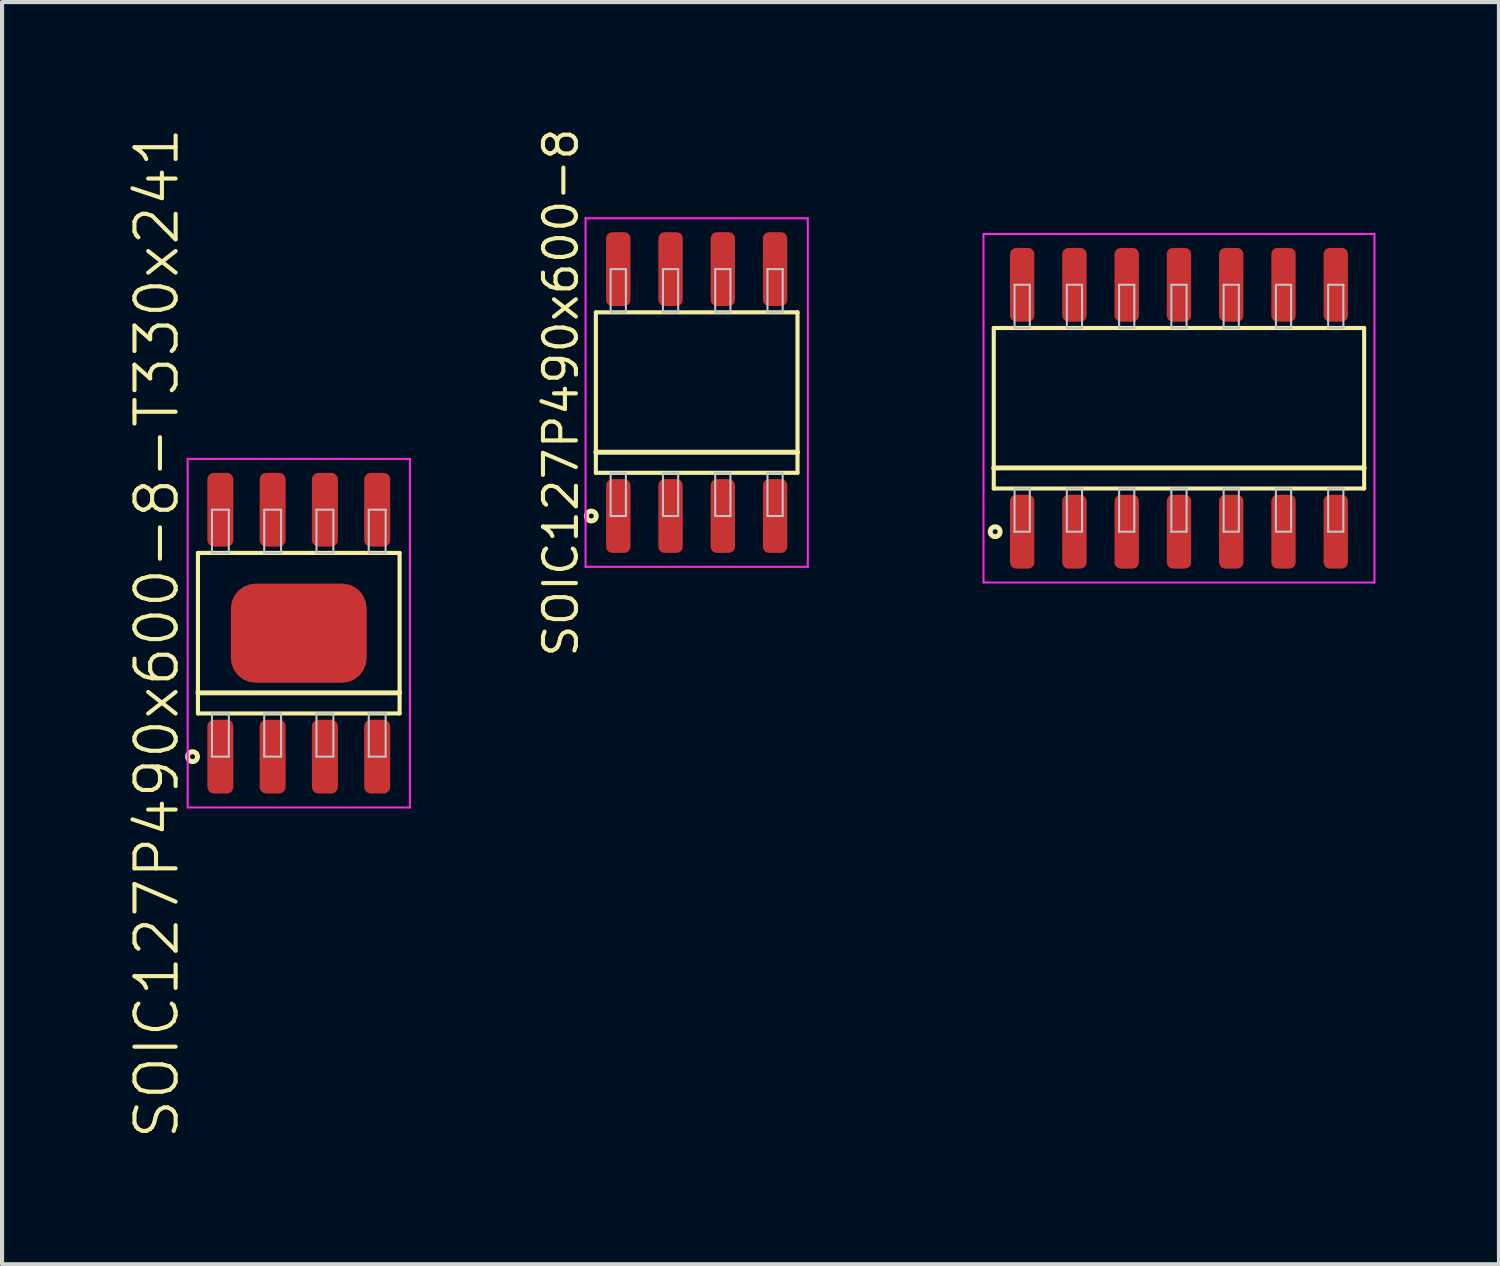
<source format=kicad_pcb>
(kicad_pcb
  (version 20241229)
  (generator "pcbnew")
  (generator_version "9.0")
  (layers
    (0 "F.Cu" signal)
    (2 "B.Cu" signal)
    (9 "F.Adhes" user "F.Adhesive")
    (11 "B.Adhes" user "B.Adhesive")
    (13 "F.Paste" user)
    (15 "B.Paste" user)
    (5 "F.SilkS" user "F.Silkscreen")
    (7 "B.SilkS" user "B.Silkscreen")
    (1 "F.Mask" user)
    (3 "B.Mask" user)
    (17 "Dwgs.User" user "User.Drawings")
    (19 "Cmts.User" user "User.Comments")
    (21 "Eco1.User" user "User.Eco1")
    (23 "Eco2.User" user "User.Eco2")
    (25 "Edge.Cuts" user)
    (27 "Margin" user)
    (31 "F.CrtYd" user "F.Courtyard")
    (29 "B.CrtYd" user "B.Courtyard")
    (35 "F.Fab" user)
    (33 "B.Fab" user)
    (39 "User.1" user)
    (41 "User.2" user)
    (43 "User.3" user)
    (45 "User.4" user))
  (footprint "SOIC127P900x600-14"
    (layer "F.Cu")
    (at 25.598 6.87)
    (property "Reference" "SOIC127P900x600-14" (at -5.35 0 90) (layer "User.1") (effects (font (size 0.8 0.8) (thickness 0.1))))
    (attr through_hole)
    (fp_line (start -4.5 -1.95) (end -4.5 1.95) (stroke (width 0.1) (type solid)) (layer "F.SilkS"))
    (fp_line (start -4.5 1.45) (end 4.5 1.45) (stroke (width 0.12) (type solid)) (layer "F.SilkS"))
    (fp_line (start -4.5 1.95) (end 4.5 1.95) (stroke (width 0.1) (type solid)) (layer "F.SilkS"))
    (fp_line (start 4.5 -1.95) (end -4.5 -1.95) (stroke (width 0.1) (type solid)) (layer "F.SilkS"))
    (fp_line (start 4.5 1.95) (end 4.5 -1.95) (stroke (width 0.1) (type solid)) (layer "F.SilkS"))
    (fp_circle (center -4.466 3) (end -4.346 3) (stroke (width 0.12) (type solid)) (fill no) (layer "F.SilkS"))
    (fp_line (start -3.995 -3) (end -3.995 -1.95) (stroke (width 0.05) (type solid)) (layer "Dwgs.User"))
    (fp_line (start -3.995 -1.95) (end -3.625 -1.95) (stroke (width 0.05) (type solid)) (layer "Dwgs.User"))
    (fp_line (start -3.995 1.95) (end -3.625 1.95) (stroke (width 0.05) (type solid)) (layer "Dwgs.User"))
    (fp_line (start -3.995 3) (end -3.995 1.95) (stroke (width 0.05) (type solid)) (layer "Dwgs.User"))
    (fp_line (start -3.625 -3) (end -3.995 -3) (stroke (width 0.05) (type solid)) (layer "Dwgs.User"))
    (fp_line (start -3.625 -1.95) (end -3.625 -3) (stroke (width 0.05) (type solid)) (layer "Dwgs.User"))
    (fp_line (start -3.625 1.95) (end -3.625 3) (stroke (width 0.05) (type solid)) (layer "Dwgs.User"))
    (fp_line (start -3.625 3) (end -3.995 3) (stroke (width 0.05) (type solid)) (layer "Dwgs.User"))
    (fp_line (start -2.725 -3) (end -2.725 -1.95) (stroke (width 0.05) (type solid)) (layer "Dwgs.User"))
    (fp_line (start -2.725 -1.95) (end -2.355 -1.95) (stroke (width 0.05) (type solid)) (layer "Dwgs.User"))
    (fp_line (start -2.725 1.95) (end -2.355 1.95) (stroke (width 0.05) (type solid)) (layer "Dwgs.User"))
    (fp_line (start -2.725 3) (end -2.725 1.95) (stroke (width 0.05) (type solid)) (layer "Dwgs.User"))
    (fp_line (start -2.355 -3) (end -2.725 -3) (stroke (width 0.05) (type solid)) (layer "Dwgs.User"))
    (fp_line (start -2.355 -1.95) (end -2.355 -3) (stroke (width 0.05) (type solid)) (layer "Dwgs.User"))
    (fp_line (start -2.355 1.95) (end -2.355 3) (stroke (width 0.05) (type solid)) (layer "Dwgs.User"))
    (fp_line (start -2.355 3) (end -2.725 3) (stroke (width 0.05) (type solid)) (layer "Dwgs.User"))
    (fp_line (start -1.455 -3) (end -1.455 -1.95) (stroke (width 0.05) (type solid)) (layer "Dwgs.User"))
    (fp_line (start -1.455 -1.95) (end -1.085 -1.95) (stroke (width 0.05) (type solid)) (layer "Dwgs.User"))
    (fp_line (start -1.455 1.95) (end -1.085 1.95) (stroke (width 0.05) (type solid)) (layer "Dwgs.User"))
    (fp_line (start -1.455 3) (end -1.455 1.95) (stroke (width 0.05) (type solid)) (layer "Dwgs.User"))
    (fp_line (start -1.085 -3) (end -1.455 -3) (stroke (width 0.05) (type solid)) (layer "Dwgs.User"))
    (fp_line (start -1.085 -1.95) (end -1.085 -3) (stroke (width 0.05) (type solid)) (layer "Dwgs.User"))
    (fp_line (start -1.085 1.95) (end -1.085 3) (stroke (width 0.05) (type solid)) (layer "Dwgs.User"))
    (fp_line (start -1.085 3) (end -1.455 3) (stroke (width 0.05) (type solid)) (layer "Dwgs.User"))
    (fp_line (start -0.185 -3) (end -0.185 -1.95) (stroke (width 0.05) (type solid)) (layer "Dwgs.User"))
    (fp_line (start -0.185 -1.95) (end 0.185 -1.95) (stroke (width 0.05) (type solid)) (layer "Dwgs.User"))
    (fp_line (start -0.185 1.95) (end 0.185 1.95) (stroke (width 0.05) (type solid)) (layer "Dwgs.User"))
    (fp_line (start -0.185 3) (end -0.185 1.95) (stroke (width 0.05) (type solid)) (layer "Dwgs.User"))
    (fp_line (start 0.185 -3) (end -0.185 -3) (stroke (width 0.05) (type solid)) (layer "Dwgs.User"))
    (fp_line (start 0.185 -1.95) (end 0.185 -3) (stroke (width 0.05) (type solid)) (layer "Dwgs.User"))
    (fp_line (start 0.185 1.95) (end 0.185 3) (stroke (width 0.05) (type solid)) (layer "Dwgs.User"))
    (fp_line (start 0.185 3) (end -0.185 3) (stroke (width 0.05) (type solid)) (layer "Dwgs.User"))
    (fp_line (start 1.085 -3) (end 1.085 -1.95) (stroke (width 0.05) (type solid)) (layer "Dwgs.User"))
    (fp_line (start 1.085 -1.95) (end 1.455 -1.95) (stroke (width 0.05) (type solid)) (layer "Dwgs.User"))
    (fp_line (start 1.085 1.95) (end 1.455 1.95) (stroke (width 0.05) (type solid)) (layer "Dwgs.User"))
    (fp_line (start 1.085 3) (end 1.085 1.95) (stroke (width 0.05) (type solid)) (layer "Dwgs.User"))
    (fp_line (start 1.455 -3) (end 1.085 -3) (stroke (width 0.05) (type solid)) (layer "Dwgs.User"))
    (fp_line (start 1.455 -1.95) (end 1.455 -3) (stroke (width 0.05) (type solid)) (layer "Dwgs.User"))
    (fp_line (start 1.455 1.95) (end 1.455 3) (stroke (width 0.05) (type solid)) (layer "Dwgs.User"))
    (fp_line (start 1.455 3) (end 1.085 3) (stroke (width 0.05) (type solid)) (layer "Dwgs.User"))
    (fp_line (start 2.355 -3) (end 2.355 -1.95) (stroke (width 0.05) (type solid)) (layer "Dwgs.User"))
    (fp_line (start 2.355 -1.95) (end 2.725 -1.95) (stroke (width 0.05) (type solid)) (layer "Dwgs.User"))
    (fp_line (start 2.355 1.95) (end 2.725 1.95) (stroke (width 0.05) (type solid)) (layer "Dwgs.User"))
    (fp_line (start 2.355 3) (end 2.355 1.95) (stroke (width 0.05) (type solid)) (layer "Dwgs.User"))
    (fp_line (start 2.725 -3) (end 2.355 -3) (stroke (width 0.05) (type solid)) (layer "Dwgs.User"))
    (fp_line (start 2.725 -1.95) (end 2.725 -3) (stroke (width 0.05) (type solid)) (layer "Dwgs.User"))
    (fp_line (start 2.725 1.95) (end 2.725 3) (stroke (width 0.05) (type solid)) (layer "Dwgs.User"))
    (fp_line (start 2.725 3) (end 2.355 3) (stroke (width 0.05) (type solid)) (layer "Dwgs.User"))
    (fp_line (start 3.625 -3) (end 3.625 -1.95) (stroke (width 0.05) (type solid)) (layer "Dwgs.User"))
    (fp_line (start 3.625 -1.95) (end 3.995 -1.95) (stroke (width 0.05) (type solid)) (layer "Dwgs.User"))
    (fp_line (start 3.625 1.95) (end 3.995 1.95) (stroke (width 0.05) (type solid)) (layer "Dwgs.User"))
    (fp_line (start 3.625 3) (end 3.625 1.95) (stroke (width 0.05) (type solid)) (layer "Dwgs.User"))
    (fp_line (start 3.995 -3) (end 3.625 -3) (stroke (width 0.05) (type solid)) (layer "Dwgs.User"))
    (fp_line (start 3.995 -1.95) (end 3.995 -3) (stroke (width 0.05) (type solid)) (layer "Dwgs.User"))
    (fp_line (start 3.995 1.95) (end 3.995 3) (stroke (width 0.05) (type solid)) (layer "Dwgs.User"))
    (fp_line (start 3.995 3) (end 3.625 3) (stroke (width 0.05) (type solid)) (layer "Dwgs.User"))
    (fp_line (start -4.75 -4.235) (end -4.75 4.235) (stroke (width 0.05) (type solid)) (layer "F.CrtYd"))
    (fp_line (start -4.75 4.235) (end 4.75 4.235) (stroke (width 0.05) (type solid)) (layer "F.CrtYd"))
    (fp_line (start 4.75 -4.235) (end -4.75 -4.235) (stroke (width 0.05) (type solid)) (layer "F.CrtYd"))
    (fp_line (start 4.75 4.235) (end 4.75 -4.235) (stroke (width 0.05) (type solid)) (layer "F.CrtYd"))
    (pad "1" smd roundrect (at -3.81 3) (size 0.592 1.792) (layers "F.Cu" "F.Mask" "F.Paste") (roundrect_rratio 0.25))
    (pad "2" smd roundrect (at -2.54 3) (size 0.592 1.792) (layers "F.Cu" "F.Mask" "F.Paste") (roundrect_rratio 0.25))
    (pad "3" smd roundrect (at -1.27 3) (size 0.592 1.792) (layers "F.Cu" "F.Mask" "F.Paste") (roundrect_rratio 0.25))
    (pad "4" smd roundrect (at 0 3) (size 0.592 1.792) (layers "F.Cu" "F.Mask" "F.Paste") (roundrect_rratio 0.25))
    (pad "5" smd roundrect (at 1.27 3) (size 0.592 1.792) (layers "F.Cu" "F.Mask" "F.Paste") (roundrect_rratio 0.25))
    (pad "6" smd roundrect (at 2.54 3) (size 0.592 1.792) (layers "F.Cu" "F.Mask" "F.Paste") (roundrect_rratio 0.25))
    (pad "7" smd roundrect (at 3.81 3) (size 0.592 1.792) (layers "F.Cu" "F.Mask" "F.Paste") (roundrect_rratio 0.25))
    (pad "8" smd roundrect (at 3.81 -3) (size 0.592 1.792) (layers "F.Cu" "F.Mask" "F.Paste") (roundrect_rratio 0.25))
    (pad "9" smd roundrect (at 2.54 -3) (size 0.592 1.792) (layers "F.Cu" "F.Mask" "F.Paste") (roundrect_rratio 0.25))
    (pad "10" smd roundrect (at 1.27 -3) (size 0.592 1.792) (layers "F.Cu" "F.Mask" "F.Paste") (roundrect_rratio 0.25))
    (pad "11" smd roundrect (at 0 -3) (size 0.592 1.792) (layers "F.Cu" "F.Mask" "F.Paste") (roundrect_rratio 0.25))
    (pad "12" smd roundrect (at -1.27 -3) (size 0.592 1.792) (layers "F.Cu" "F.Mask" "F.Paste") (roundrect_rratio 0.25))
    (pad "13" smd roundrect (at -2.54 -3) (size 0.592 1.792) (layers "F.Cu" "F.Mask" "F.Paste") (roundrect_rratio 0.25))
    (pad "14" smd roundrect (at -3.81 -3) (size 0.592 1.792) (layers "F.Cu" "F.Mask" "F.Paste") (roundrect_rratio 0.25)))
  (footprint "SOIC127P490x600-8-T330x241"
    (layer "F.Cu")
    (at 4.21 12.336)
    (property "Reference" "SOIC127P490x600-8-T330x241" (at -3.45 0 90) (layer "F.SilkS") (effects (font (size 1 1) (thickness 0.1))))
    (attr through_hole)
    (fp_line (start -2.45 -1.95) (end -2.45 1.95) (stroke (width 0.1) (type solid)) (layer "F.SilkS"))
    (fp_line (start -2.45 1.45) (end 2.45 1.45) (stroke (width 0.12) (type solid)) (layer "F.SilkS"))
    (fp_line (start -2.45 1.95) (end 2.45 1.95) (stroke (width 0.1) (type solid)) (layer "F.SilkS"))
    (fp_line (start 2.45 -1.95) (end -2.45 -1.95) (stroke (width 0.1) (type solid)) (layer "F.SilkS"))
    (fp_line (start 2.45 1.95) (end 2.45 -1.95) (stroke (width 0.1) (type solid)) (layer "F.SilkS"))
    (fp_circle (center -2.581 3) (end -2.461 3) (stroke (width 0.12) (type solid)) (fill no) (layer "F.SilkS"))
    (fp_line (start -2.11 -3) (end -2.11 -1.95) (stroke (width 0.05) (type solid)) (layer "Dwgs.User"))
    (fp_line (start -2.11 -1.95) (end -1.7 -1.95) (stroke (width 0.05) (type solid)) (layer "Dwgs.User"))
    (fp_line (start -2.11 1.95) (end -1.7 1.95) (stroke (width 0.05) (type solid)) (layer "Dwgs.User"))
    (fp_line (start -2.11 3) (end -2.11 1.95) (stroke (width 0.05) (type solid)) (layer "Dwgs.User"))
    (fp_line (start -1.7 -3) (end -2.11 -3) (stroke (width 0.05) (type solid)) (layer "Dwgs.User"))
    (fp_line (start -1.7 -1.95) (end -1.7 -3) (stroke (width 0.05) (type solid)) (layer "Dwgs.User"))
    (fp_line (start -1.7 1.95) (end -1.7 3) (stroke (width 0.05) (type solid)) (layer "Dwgs.User"))
    (fp_line (start -1.7 3) (end -2.11 3) (stroke (width 0.05) (type solid)) (layer "Dwgs.User"))
    (fp_line (start -0.84 -3) (end -0.84 -1.95) (stroke (width 0.05) (type solid)) (layer "Dwgs.User"))
    (fp_line (start -0.84 -1.95) (end -0.43 -1.95) (stroke (width 0.05) (type solid)) (layer "Dwgs.User"))
    (fp_line (start -0.84 1.95) (end -0.43 1.95) (stroke (width 0.05) (type solid)) (layer "Dwgs.User"))
    (fp_line (start -0.84 3) (end -0.84 1.95) (stroke (width 0.05) (type solid)) (layer "Dwgs.User"))
    (fp_line (start -0.43 -3) (end -0.84 -3) (stroke (width 0.05) (type solid)) (layer "Dwgs.User"))
    (fp_line (start -0.43 -1.95) (end -0.43 -3) (stroke (width 0.05) (type solid)) (layer "Dwgs.User"))
    (fp_line (start -0.43 1.95) (end -0.43 3) (stroke (width 0.05) (type solid)) (layer "Dwgs.User"))
    (fp_line (start -0.43 3) (end -0.84 3) (stroke (width 0.05) (type solid)) (layer "Dwgs.User"))
    (fp_line (start 0.43 -3) (end 0.43 -1.95) (stroke (width 0.05) (type solid)) (layer "Dwgs.User"))
    (fp_line (start 0.43 -1.95) (end 0.84 -1.95) (stroke (width 0.05) (type solid)) (layer "Dwgs.User"))
    (fp_line (start 0.43 1.95) (end 0.84 1.95) (stroke (width 0.05) (type solid)) (layer "Dwgs.User"))
    (fp_line (start 0.43 3) (end 0.43 1.95) (stroke (width 0.05) (type solid)) (layer "Dwgs.User"))
    (fp_line (start 0.84 -3) (end 0.43 -3) (stroke (width 0.05) (type solid)) (layer "Dwgs.User"))
    (fp_line (start 0.84 -1.95) (end 0.84 -3) (stroke (width 0.05) (type solid)) (layer "Dwgs.User"))
    (fp_line (start 0.84 1.95) (end 0.84 3) (stroke (width 0.05) (type solid)) (layer "Dwgs.User"))
    (fp_line (start 0.84 3) (end 0.43 3) (stroke (width 0.05) (type solid)) (layer "Dwgs.User"))
    (fp_line (start 1.7 -3) (end 1.7 -1.95) (stroke (width 0.05) (type solid)) (layer "Dwgs.User"))
    (fp_line (start 1.7 -1.95) (end 2.11 -1.95) (stroke (width 0.05) (type solid)) (layer "Dwgs.User"))
    (fp_line (start 1.7 1.95) (end 2.11 1.95) (stroke (width 0.05) (type solid)) (layer "Dwgs.User"))
    (fp_line (start 1.7 3) (end 1.7 1.95) (stroke (width 0.05) (type solid)) (layer "Dwgs.User"))
    (fp_line (start 2.11 -3) (end 1.7 -3) (stroke (width 0.05) (type solid)) (layer "Dwgs.User"))
    (fp_line (start 2.11 -1.95) (end 2.11 -3) (stroke (width 0.05) (type solid)) (layer "Dwgs.User"))
    (fp_line (start 2.11 1.95) (end 2.11 3) (stroke (width 0.05) (type solid)) (layer "Dwgs.User"))
    (fp_line (start 2.11 3) (end 1.7 3) (stroke (width 0.05) (type solid)) (layer "Dwgs.User"))
    (fp_line (start -2.7 -4.235) (end -2.7 4.235) (stroke (width 0.05) (type solid)) (layer "F.CrtYd"))
    (fp_line (start -2.7 4.235) (end 2.7 4.235) (stroke (width 0.05) (type solid)) (layer "F.CrtYd"))
    (fp_line (start 2.7 -4.235) (end -2.7 -4.235) (stroke (width 0.05) (type solid)) (layer "F.CrtYd"))
    (fp_line (start 2.7 4.235) (end 2.7 -4.235) (stroke (width 0.05) (type solid)) (layer "F.CrtYd"))
    (pad "1" smd roundrect (at -1.905 3) (size 0.632 1.792) (layers "F.Cu" "F.Mask" "F.Paste") (roundrect_rratio 0.25))
    (pad "2" smd roundrect (at -0.635 3) (size 0.632 1.792) (layers "F.Cu" "F.Mask" "F.Paste") (roundrect_rratio 0.25))
    (pad "3" smd roundrect (at 0.635 3) (size 0.632 1.792) (layers "F.Cu" "F.Mask" "F.Paste") (roundrect_rratio 0.25))
    (pad "4" smd roundrect (at 1.905 3) (size 0.632 1.792) (layers "F.Cu" "F.Mask" "F.Paste") (roundrect_rratio 0.25))
    (pad "5" smd roundrect (at 1.905 -3) (size 0.632 1.792) (layers "F.Cu" "F.Mask" "F.Paste") (roundrect_rratio 0.25))
    (pad "6" smd roundrect (at 0.635 -3) (size 0.632 1.792) (layers "F.Cu" "F.Mask" "F.Paste") (roundrect_rratio 0.25))
    (pad "7" smd roundrect (at -0.635 -3) (size 0.632 1.792) (layers "F.Cu" "F.Mask" "F.Paste") (roundrect_rratio 0.25))
    (pad "8" smd roundrect (at -1.905 -3) (size 0.632 1.792) (layers "F.Cu" "F.Mask" "F.Paste") (roundrect_rratio 0.25))
    (pad "EP" smd roundrect (at 0 0) (size 3.3 2.41) (layers "F.Cu" "F.Mask" "F.Paste") (roundrect_rratio 0.25)))
  (footprint "SOIC127P490x600-8"
    (layer "F.Cu")
    (at 13.879 6.489)
    (property "Reference" "SOIC127P490x600-8" (at -3.3 0 90) (layer "F.SilkS") (effects (font (size 0.8 0.8) (thickness 0.1))))
    (attr through_hole)
    (fp_line (start -2.45 -1.95) (end -2.45 1.95) (stroke (width 0.1) (type solid)) (layer "F.SilkS"))
    (fp_line (start -2.45 1.45) (end 2.45 1.45) (stroke (width 0.12) (type solid)) (layer "F.SilkS"))
    (fp_line (start -2.45 1.95) (end 2.45 1.95) (stroke (width 0.1) (type solid)) (layer "F.SilkS"))
    (fp_line (start 2.45 -1.95) (end -2.45 -1.95) (stroke (width 0.1) (type solid)) (layer "F.SilkS"))
    (fp_line (start 2.45 1.95) (end 2.45 -1.95) (stroke (width 0.1) (type solid)) (layer "F.SilkS"))
    (fp_circle (center -2.561 3) (end -2.441 3) (stroke (width 0.12) (type solid)) (fill no) (layer "F.SilkS"))
    (fp_line (start -2.09 -3) (end -2.09 -1.95) (stroke (width 0.05) (type solid)) (layer "Dwgs.User"))
    (fp_line (start -2.09 -1.95) (end -1.72 -1.95) (stroke (width 0.05) (type solid)) (layer "Dwgs.User"))
    (fp_line (start -2.09 1.95) (end -1.72 1.95) (stroke (width 0.05) (type solid)) (layer "Dwgs.User"))
    (fp_line (start -2.09 3) (end -2.09 1.95) (stroke (width 0.05) (type solid)) (layer "Dwgs.User"))
    (fp_line (start -1.72 -3) (end -2.09 -3) (stroke (width 0.05) (type solid)) (layer "Dwgs.User"))
    (fp_line (start -1.72 -1.95) (end -1.72 -3) (stroke (width 0.05) (type solid)) (layer "Dwgs.User"))
    (fp_line (start -1.72 1.95) (end -1.72 3) (stroke (width 0.05) (type solid)) (layer "Dwgs.User"))
    (fp_line (start -1.72 3) (end -2.09 3) (stroke (width 0.05) (type solid)) (layer "Dwgs.User"))
    (fp_line (start -0.82 -3) (end -0.82 -1.95) (stroke (width 0.05) (type solid)) (layer "Dwgs.User"))
    (fp_line (start -0.82 -1.95) (end -0.45 -1.95) (stroke (width 0.05) (type solid)) (layer "Dwgs.User"))
    (fp_line (start -0.82 1.95) (end -0.45 1.95) (stroke (width 0.05) (type solid)) (layer "Dwgs.User"))
    (fp_line (start -0.82 3) (end -0.82 1.95) (stroke (width 0.05) (type solid)) (layer "Dwgs.User"))
    (fp_line (start -0.45 -3) (end -0.82 -3) (stroke (width 0.05) (type solid)) (layer "Dwgs.User"))
    (fp_line (start -0.45 -1.95) (end -0.45 -3) (stroke (width 0.05) (type solid)) (layer "Dwgs.User"))
    (fp_line (start -0.45 1.95) (end -0.45 3) (stroke (width 0.05) (type solid)) (layer "Dwgs.User"))
    (fp_line (start -0.45 3) (end -0.82 3) (stroke (width 0.05) (type solid)) (layer "Dwgs.User"))
    (fp_line (start 0.45 -3) (end 0.45 -1.95) (stroke (width 0.05) (type solid)) (layer "Dwgs.User"))
    (fp_line (start 0.45 -1.95) (end 0.82 -1.95) (stroke (width 0.05) (type solid)) (layer "Dwgs.User"))
    (fp_line (start 0.45 1.95) (end 0.82 1.95) (stroke (width 0.05) (type solid)) (layer "Dwgs.User"))
    (fp_line (start 0.45 3) (end 0.45 1.95) (stroke (width 0.05) (type solid)) (layer "Dwgs.User"))
    (fp_line (start 0.82 -3) (end 0.45 -3) (stroke (width 0.05) (type solid)) (layer "Dwgs.User"))
    (fp_line (start 0.82 -1.95) (end 0.82 -3) (stroke (width 0.05) (type solid)) (layer "Dwgs.User"))
    (fp_line (start 0.82 1.95) (end 0.82 3) (stroke (width 0.05) (type solid)) (layer "Dwgs.User"))
    (fp_line (start 0.82 3) (end 0.45 3) (stroke (width 0.05) (type solid)) (layer "Dwgs.User"))
    (fp_line (start 1.72 -3) (end 1.72 -1.95) (stroke (width 0.05) (type solid)) (layer "Dwgs.User"))
    (fp_line (start 1.72 -1.95) (end 2.09 -1.95) (stroke (width 0.05) (type solid)) (layer "Dwgs.User"))
    (fp_line (start 1.72 1.95) (end 2.09 1.95) (stroke (width 0.05) (type solid)) (layer "Dwgs.User"))
    (fp_line (start 1.72 3) (end 1.72 1.95) (stroke (width 0.05) (type solid)) (layer "Dwgs.User"))
    (fp_line (start 2.09 -3) (end 1.72 -3) (stroke (width 0.05) (type solid)) (layer "Dwgs.User"))
    (fp_line (start 2.09 -1.95) (end 2.09 -3) (stroke (width 0.05) (type solid)) (layer "Dwgs.User"))
    (fp_line (start 2.09 1.95) (end 2.09 3) (stroke (width 0.05) (type solid)) (layer "Dwgs.User"))
    (fp_line (start 2.09 3) (end 1.72 3) (stroke (width 0.05) (type solid)) (layer "Dwgs.User"))
    (fp_line (start -2.7 -4.235) (end -2.7 4.235) (stroke (width 0.05) (type solid)) (layer "F.CrtYd"))
    (fp_line (start -2.7 4.235) (end 2.7 4.235) (stroke (width 0.05) (type solid)) (layer "F.CrtYd"))
    (fp_line (start 2.7 -4.235) (end -2.7 -4.235) (stroke (width 0.05) (type solid)) (layer "F.CrtYd"))
    (fp_line (start 2.7 4.235) (end 2.7 -4.235) (stroke (width 0.05) (type solid)) (layer "F.CrtYd"))
    (pad "1" smd roundrect (at -1.905 3) (size 0.592 1.792) (layers "F.Cu" "F.Mask" "F.Paste") (roundrect_rratio 0.25))
    (pad "2" smd roundrect (at -0.635 3) (size 0.592 1.792) (layers "F.Cu" "F.Mask" "F.Paste") (roundrect_rratio 0.25))
    (pad "3" smd roundrect (at 0.635 3) (size 0.592 1.792) (layers "F.Cu" "F.Mask" "F.Paste") (roundrect_rratio 0.25))
    (pad "4" smd roundrect (at 1.905 3) (size 0.592 1.792) (layers "F.Cu" "F.Mask" "F.Paste") (roundrect_rratio 0.25))
    (pad "5" smd roundrect (at 1.905 -3) (size 0.592 1.792) (layers "F.Cu" "F.Mask" "F.Paste") (roundrect_rratio 0.25))
    (pad "6" smd roundrect (at 0.635 -3) (size 0.592 1.792) (layers "F.Cu" "F.Mask" "F.Paste") (roundrect_rratio 0.25))
    (pad "7" smd roundrect (at -0.635 -3) (size 0.592 1.792) (layers "F.Cu" "F.Mask" "F.Paste") (roundrect_rratio 0.25))
    (pad "8" smd roundrect (at -1.905 -3) (size 0.592 1.792) (layers "F.Cu" "F.Mask" "F.Paste") (roundrect_rratio 0.25)))
  (gr_rect
    (start -3 -3)
    (end 33.373 27.671)
    (stroke (width 0.1) (type default))
    (fill no)
    (layer "Edge.Cuts")))
</source>
